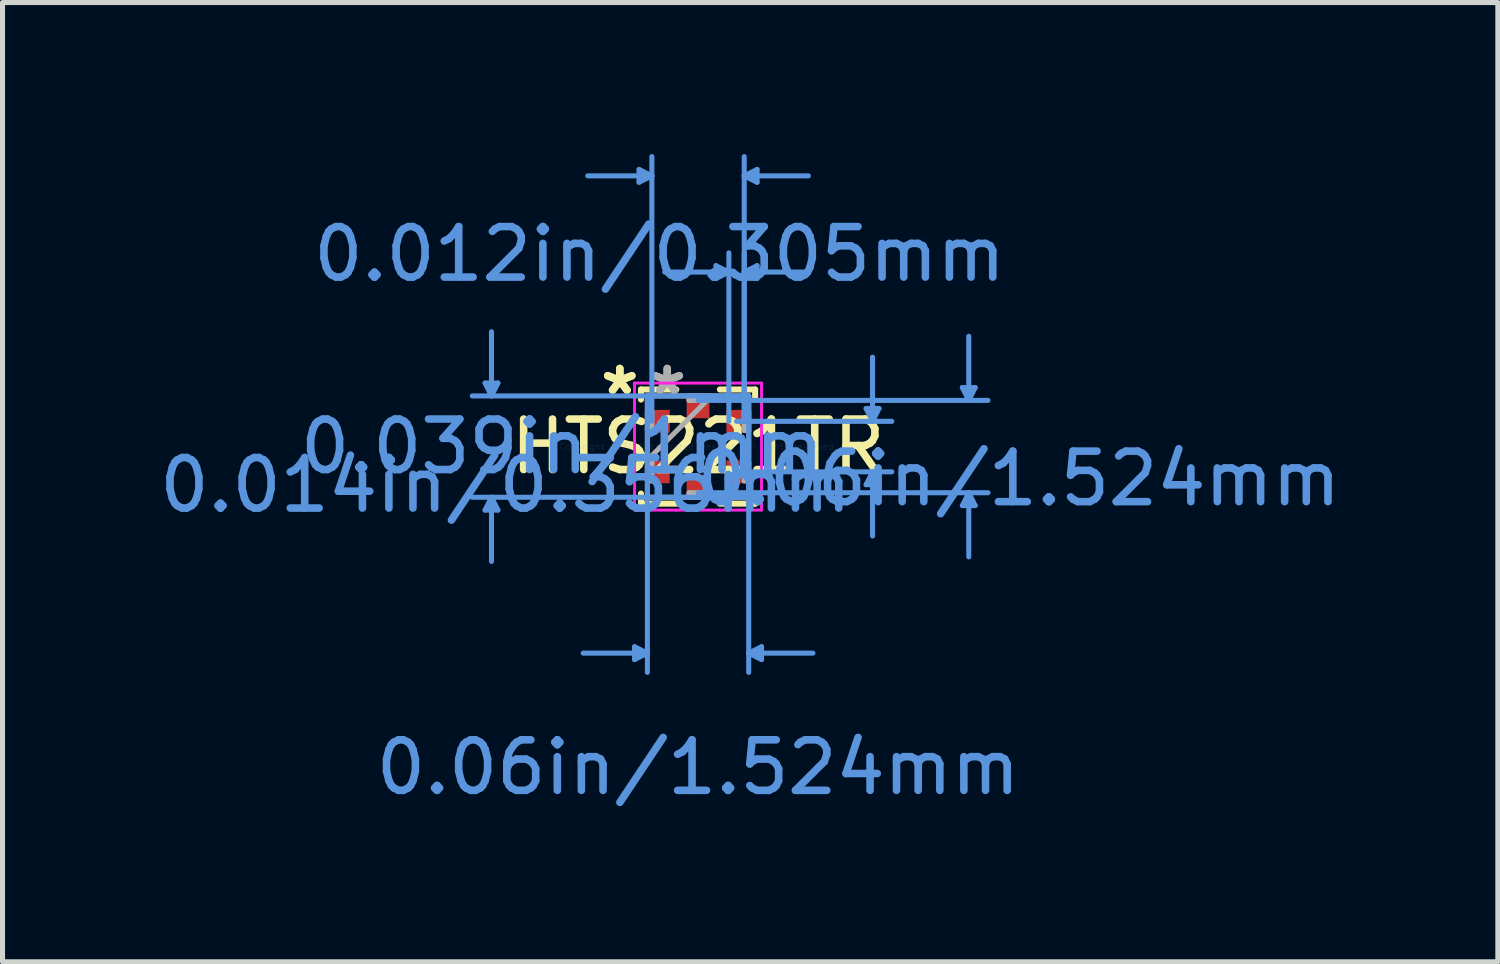
<source format=kicad_pcb>
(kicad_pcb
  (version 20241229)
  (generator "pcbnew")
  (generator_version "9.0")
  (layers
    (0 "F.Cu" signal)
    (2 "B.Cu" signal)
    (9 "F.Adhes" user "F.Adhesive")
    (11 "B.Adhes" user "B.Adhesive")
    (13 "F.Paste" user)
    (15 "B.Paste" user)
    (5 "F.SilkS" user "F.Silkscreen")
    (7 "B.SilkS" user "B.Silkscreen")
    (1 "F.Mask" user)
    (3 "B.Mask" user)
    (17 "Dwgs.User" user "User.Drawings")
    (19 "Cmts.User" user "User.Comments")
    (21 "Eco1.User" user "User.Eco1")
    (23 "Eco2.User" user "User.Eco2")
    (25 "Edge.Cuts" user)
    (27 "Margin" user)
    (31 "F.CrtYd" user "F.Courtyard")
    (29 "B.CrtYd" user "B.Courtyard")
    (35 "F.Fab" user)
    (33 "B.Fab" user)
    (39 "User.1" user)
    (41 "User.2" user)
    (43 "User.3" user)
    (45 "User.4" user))
  (footprint "HTS221TR"
    (layer "F.Cu")
    (at 10.768 5.79)
    (property "Reference" "HTS221TR" (at 0 0 0) (layer "F.SilkS") (effects (font (size 1 1) (thickness 0.15))))
    (attr through_hole)
    (fp_line (start -1.13 -1.13) (end -1.13 -0.931) (stroke (width 0.12) (type solid)) (layer "F.SilkS"))
    (fp_line (start -1.13 0.931) (end -1.13 1.13) (stroke (width 0.12) (type solid)) (layer "F.SilkS"))
    (fp_line (start -1.13 1.13) (end -0.431 1.13) (stroke (width 0.12) (type solid)) (layer "F.SilkS"))
    (fp_line (start -0.431 -1.13) (end -1.13 -1.13) (stroke (width 0.12) (type solid)) (layer "F.SilkS"))
    (fp_line (start 0.431 1.13) (end 1.13 1.13) (stroke (width 0.12) (type solid)) (layer "F.SilkS"))
    (fp_line (start 1.13 -1.13) (end 0.431 -1.13) (stroke (width 0.12) (type solid)) (layer "F.SilkS"))
    (fp_line (start 1.13 -0.931) (end 1.13 -1.13) (stroke (width 0.12) (type solid)) (layer "F.SilkS"))
    (fp_line (start 1.13 1.13) (end 1.13 0.931) (stroke (width 0.12) (type solid)) (layer "F.SilkS"))
    (fp_line (start -4.216 -1.257) (end -3.962 -1.257) (stroke (width 0.1) (type solid)) (layer "Cmts.User"))
    (fp_line (start -4.216 1.257) (end -3.962 1.257) (stroke (width 0.1) (type solid)) (layer "Cmts.User"))
    (fp_line (start -4.089 -1.003) (end -4.216 -1.257) (stroke (width 0.1) (type solid)) (layer "Cmts.User"))
    (fp_line (start -4.089 -1.003) (end -4.089 -2.273) (stroke (width 0.1) (type solid)) (layer "Cmts.User"))
    (fp_line (start -4.089 -1.003) (end -3.962 -1.257) (stroke (width 0.1) (type solid)) (layer "Cmts.User"))
    (fp_line (start -4.089 1.003) (end -4.216 1.257) (stroke (width 0.1) (type solid)) (layer "Cmts.User"))
    (fp_line (start -4.089 1.003) (end -4.089 2.273) (stroke (width 0.1) (type solid)) (layer "Cmts.User"))
    (fp_line (start -4.089 1.003) (end -3.962 1.257) (stroke (width 0.1) (type solid)) (layer "Cmts.User"))
    (fp_line (start -1.257 3.962) (end -1.257 4.216) (stroke (width 0.1) (type solid)) (layer "Cmts.User"))
    (fp_line (start -1.168 -5.486) (end -1.168 -5.232) (stroke (width 0.1) (type solid)) (layer "Cmts.User"))
    (fp_line (start -1.003 -1.003) (end -1.003 4.47) (stroke (width 0.1) (type solid)) (layer "Cmts.User"))
    (fp_line (start -1.003 4.089) (end -2.273 4.089) (stroke (width 0.1) (type solid)) (layer "Cmts.User"))
    (fp_line (start -1.003 4.089) (end -1.257 3.962) (stroke (width 0.1) (type solid)) (layer "Cmts.User"))
    (fp_line (start -1.003 4.089) (end -1.257 4.216) (stroke (width 0.1) (type solid)) (layer "Cmts.User"))
    (fp_line (start -0.914 -5.359) (end -2.184 -5.359) (stroke (width 0.1) (type solid)) (layer "Cmts.User"))
    (fp_line (start -0.914 -5.359) (end -1.168 -5.486) (stroke (width 0.1) (type solid)) (layer "Cmts.User"))
    (fp_line (start -0.914 -5.359) (end -1.168 -5.232) (stroke (width 0.1) (type solid)) (layer "Cmts.User"))
    (fp_line (start -0.914 -0.5) (end -0.914 -5.74) (stroke (width 0.1) (type solid)) (layer "Cmts.User"))
    (fp_line (start 0 -0.914) (end 5.74 -0.914) (stroke (width 0.1) (type solid)) (layer "Cmts.User"))
    (fp_line (start 0 0.914) (end 5.74 0.914) (stroke (width 0.1) (type solid)) (layer "Cmts.User"))
    (fp_line (start 0.356 -3.581) (end 0.356 -3.327) (stroke (width 0.1) (type solid)) (layer "Cmts.User"))
    (fp_line (start 0.61 -3.454) (end -0.66 -3.454) (stroke (width 0.1) (type solid)) (layer "Cmts.User"))
    (fp_line (start 0.61 -3.454) (end 0.356 -3.581) (stroke (width 0.1) (type solid)) (layer "Cmts.User"))
    (fp_line (start 0.61 -3.454) (end 0.356 -3.327) (stroke (width 0.1) (type solid)) (layer "Cmts.User"))
    (fp_line (start 0.61 -0.5) (end 0.61 -3.835) (stroke (width 0.1) (type solid)) (layer "Cmts.User"))
    (fp_line (start 0.762 -0.5) (end 3.835 -0.5) (stroke (width 0.1) (type solid)) (layer "Cmts.User"))
    (fp_line (start 0.762 0.5) (end 3.835 0.5) (stroke (width 0.1) (type solid)) (layer "Cmts.User"))
    (fp_line (start 0.914 -5.359) (end 1.168 -5.486) (stroke (width 0.1) (type solid)) (layer "Cmts.User"))
    (fp_line (start 0.914 -5.359) (end 1.168 -5.232) (stroke (width 0.1) (type solid)) (layer "Cmts.User"))
    (fp_line (start 0.914 -5.359) (end 2.184 -5.359) (stroke (width 0.1) (type solid)) (layer "Cmts.User"))
    (fp_line (start 0.914 -3.454) (end 1.168 -3.581) (stroke (width 0.1) (type solid)) (layer "Cmts.User"))
    (fp_line (start 0.914 -3.454) (end 1.168 -3.327) (stroke (width 0.1) (type solid)) (layer "Cmts.User"))
    (fp_line (start 0.914 -3.454) (end 2.184 -3.454) (stroke (width 0.1) (type solid)) (layer "Cmts.User"))
    (fp_line (start 0.914 -0.5) (end 0.914 -5.74) (stroke (width 0.1) (type solid)) (layer "Cmts.User"))
    (fp_line (start 0.914 -0.5) (end 0.914 -3.835) (stroke (width 0.1) (type solid)) (layer "Cmts.User"))
    (fp_line (start 1.003 -1.003) (end -4.47 -1.003) (stroke (width 0.1) (type solid)) (layer "Cmts.User"))
    (fp_line (start 1.003 -1.003) (end 1.003 4.47) (stroke (width 0.1) (type solid)) (layer "Cmts.User"))
    (fp_line (start 1.003 1.003) (end -4.47 1.003) (stroke (width 0.1) (type solid)) (layer "Cmts.User"))
    (fp_line (start 1.003 4.089) (end 1.257 3.962) (stroke (width 0.1) (type solid)) (layer "Cmts.User"))
    (fp_line (start 1.003 4.089) (end 1.257 4.216) (stroke (width 0.1) (type solid)) (layer "Cmts.User"))
    (fp_line (start 1.003 4.089) (end 2.273 4.089) (stroke (width 0.1) (type solid)) (layer "Cmts.User"))
    (fp_line (start 1.168 -5.486) (end 1.168 -5.232) (stroke (width 0.1) (type solid)) (layer "Cmts.User"))
    (fp_line (start 1.168 -3.581) (end 1.168 -3.327) (stroke (width 0.1) (type solid)) (layer "Cmts.User"))
    (fp_line (start 1.257 3.962) (end 1.257 4.216) (stroke (width 0.1) (type solid)) (layer "Cmts.User"))
    (fp_line (start 3.327 -0.754) (end 3.581 -0.754) (stroke (width 0.1) (type solid)) (layer "Cmts.User"))
    (fp_line (start 3.327 0.754) (end 3.581 0.754) (stroke (width 0.1) (type solid)) (layer "Cmts.User"))
    (fp_line (start 3.454 -0.5) (end 3.327 -0.754) (stroke (width 0.1) (type solid)) (layer "Cmts.User"))
    (fp_line (start 3.454 -0.5) (end 3.454 -1.77) (stroke (width 0.1) (type solid)) (layer "Cmts.User"))
    (fp_line (start 3.454 -0.5) (end 3.581 -0.754) (stroke (width 0.1) (type solid)) (layer "Cmts.User"))
    (fp_line (start 3.454 0.5) (end 3.327 0.754) (stroke (width 0.1) (type solid)) (layer "Cmts.User"))
    (fp_line (start 3.454 0.5) (end 3.454 1.77) (stroke (width 0.1) (type solid)) (layer "Cmts.User"))
    (fp_line (start 3.454 0.5) (end 3.581 0.754) (stroke (width 0.1) (type solid)) (layer "Cmts.User"))
    (fp_line (start 5.232 -1.168) (end 5.486 -1.168) (stroke (width 0.1) (type solid)) (layer "Cmts.User"))
    (fp_line (start 5.232 1.168) (end 5.486 1.168) (stroke (width 0.1) (type solid)) (layer "Cmts.User"))
    (fp_line (start 5.359 -0.914) (end 5.232 -1.168) (stroke (width 0.1) (type solid)) (layer "Cmts.User"))
    (fp_line (start 5.359 -0.914) (end 5.359 -2.184) (stroke (width 0.1) (type solid)) (layer "Cmts.User"))
    (fp_line (start 5.359 -0.914) (end 5.486 -1.168) (stroke (width 0.1) (type solid)) (layer "Cmts.User"))
    (fp_line (start 5.359 0.914) (end 5.232 1.168) (stroke (width 0.1) (type solid)) (layer "Cmts.User"))
    (fp_line (start 5.359 0.914) (end 5.359 2.184) (stroke (width 0.1) (type solid)) (layer "Cmts.User"))
    (fp_line (start 5.359 0.914) (end 5.486 1.168) (stroke (width 0.1) (type solid)) (layer "Cmts.User"))
    (fp_line (start -1.257 -1.257) (end -0.432 -1.257) (stroke (width 0.05) (type solid)) (layer "F.CrtYd"))
    (fp_line (start -1.257 -1.257) (end -0.432 -1.257) (stroke (width 0.05) (type solid)) (layer "F.CrtYd"))
    (fp_line (start -1.257 -0.932) (end -1.257 -1.257) (stroke (width 0.05) (type solid)) (layer "F.CrtYd"))
    (fp_line (start -1.257 -0.932) (end -1.257 -1.257) (stroke (width 0.05) (type solid)) (layer "F.CrtYd"))
    (fp_line (start -1.257 -0.932) (end -1.257 -0.932) (stroke (width 0.05) (type solid)) (layer "F.CrtYd"))
    (fp_line (start -1.257 -0.932) (end -1.257 -0.932) (stroke (width 0.05) (type solid)) (layer "F.CrtYd"))
    (fp_line (start -1.257 0.932) (end -1.257 -0.932) (stroke (width 0.05) (type solid)) (layer "F.CrtYd"))
    (fp_line (start -1.257 0.932) (end -1.257 -0.932) (stroke (width 0.05) (type solid)) (layer "F.CrtYd"))
    (fp_line (start -1.257 0.932) (end -1.257 0.932) (stroke (width 0.05) (type solid)) (layer "F.CrtYd"))
    (fp_line (start -1.257 0.932) (end -1.257 0.932) (stroke (width 0.05) (type solid)) (layer "F.CrtYd"))
    (fp_line (start -1.257 1.257) (end -1.257 0.932) (stroke (width 0.05) (type solid)) (layer "F.CrtYd"))
    (fp_line (start -1.257 1.257) (end -1.257 0.932) (stroke (width 0.05) (type solid)) (layer "F.CrtYd"))
    (fp_line (start -0.432 -1.257) (end -0.432 -1.257) (stroke (width 0.05) (type solid)) (layer "F.CrtYd"))
    (fp_line (start -0.432 -1.257) (end -0.432 -1.257) (stroke (width 0.05) (type solid)) (layer "F.CrtYd"))
    (fp_line (start -0.432 -1.257) (end 0.432 -1.257) (stroke (width 0.05) (type solid)) (layer "F.CrtYd"))
    (fp_line (start -0.432 -1.257) (end 0.432 -1.257) (stroke (width 0.05) (type solid)) (layer "F.CrtYd"))
    (fp_line (start -0.432 1.257) (end -1.257 1.257) (stroke (width 0.05) (type solid)) (layer "F.CrtYd"))
    (fp_line (start -0.432 1.257) (end -1.257 1.257) (stroke (width 0.05) (type solid)) (layer "F.CrtYd"))
    (fp_line (start -0.432 1.257) (end -0.432 1.257) (stroke (width 0.05) (type solid)) (layer "F.CrtYd"))
    (fp_line (start -0.432 1.257) (end -0.432 1.257) (stroke (width 0.05) (type solid)) (layer "F.CrtYd"))
    (fp_line (start 0.432 -1.257) (end 0.432 -1.257) (stroke (width 0.05) (type solid)) (layer "F.CrtYd"))
    (fp_line (start 0.432 -1.257) (end 0.432 -1.257) (stroke (width 0.05) (type solid)) (layer "F.CrtYd"))
    (fp_line (start 0.432 -1.257) (end 1.257 -1.257) (stroke (width 0.05) (type solid)) (layer "F.CrtYd"))
    (fp_line (start 0.432 -1.257) (end 1.257 -1.257) (stroke (width 0.05) (type solid)) (layer "F.CrtYd"))
    (fp_line (start 0.432 1.257) (end -0.432 1.257) (stroke (width 0.05) (type solid)) (layer "F.CrtYd"))
    (fp_line (start 0.432 1.257) (end -0.432 1.257) (stroke (width 0.05) (type solid)) (layer "F.CrtYd"))
    (fp_line (start 0.432 1.257) (end 0.432 1.257) (stroke (width 0.05) (type solid)) (layer "F.CrtYd"))
    (fp_line (start 0.432 1.257) (end 0.432 1.257) (stroke (width 0.05) (type solid)) (layer "F.CrtYd"))
    (fp_line (start 1.257 -1.257) (end 1.257 -0.932) (stroke (width 0.05) (type solid)) (layer "F.CrtYd"))
    (fp_line (start 1.257 -1.257) (end 1.257 -0.932) (stroke (width 0.05) (type solid)) (layer "F.CrtYd"))
    (fp_line (start 1.257 -0.932) (end 1.257 -0.932) (stroke (width 0.05) (type solid)) (layer "F.CrtYd"))
    (fp_line (start 1.257 -0.932) (end 1.257 -0.932) (stroke (width 0.05) (type solid)) (layer "F.CrtYd"))
    (fp_line (start 1.257 -0.932) (end 1.257 0.932) (stroke (width 0.05) (type solid)) (layer "F.CrtYd"))
    (fp_line (start 1.257 -0.932) (end 1.257 0.932) (stroke (width 0.05) (type solid)) (layer "F.CrtYd"))
    (fp_line (start 1.257 0.932) (end 1.257 0.932) (stroke (width 0.05) (type solid)) (layer "F.CrtYd"))
    (fp_line (start 1.257 0.932) (end 1.257 0.932) (stroke (width 0.05) (type solid)) (layer "F.CrtYd"))
    (fp_line (start 1.257 0.932) (end 1.257 1.257) (stroke (width 0.05) (type solid)) (layer "F.CrtYd"))
    (fp_line (start 1.257 0.932) (end 1.257 1.257) (stroke (width 0.05) (type solid)) (layer "F.CrtYd"))
    (fp_line (start 1.257 1.257) (end 0.432 1.257) (stroke (width 0.05) (type solid)) (layer "F.CrtYd"))
    (fp_line (start 1.257 1.257) (end 0.432 1.257) (stroke (width 0.05) (type solid)) (layer "F.CrtYd"))
    (fp_line (start -1.003 -1.003) (end -1.003 -1.003) (stroke (width 0.1) (type solid)) (layer "F.Fab"))
    (fp_line (start -1.003 -1.003) (end -1.003 1.003) (stroke (width 0.1) (type solid)) (layer "F.Fab"))
    (fp_line (start -1.003 -0.678) (end -0.914 -0.678) (stroke (width 0.1) (type solid)) (layer "F.Fab"))
    (fp_line (start -1.003 -0.322) (end -1.003 -0.678) (stroke (width 0.1) (type solid)) (layer "F.Fab"))
    (fp_line (start -1.003 0.267) (end 0.267 -1.003) (stroke (width 0.1) (type solid)) (layer "F.Fab"))
    (fp_line (start -1.003 0.322) (end -0.914 0.322) (stroke (width 0.1) (type solid)) (layer "F.Fab"))
    (fp_line (start -1.003 0.678) (end -1.003 0.322) (stroke (width 0.1) (type solid)) (layer "F.Fab"))
    (fp_line (start -1.003 1.003) (end -1.003 1.003) (stroke (width 0.1) (type solid)) (layer "F.Fab"))
    (fp_line (start -1.003 1.003) (end 1.003 1.003) (stroke (width 0.1) (type solid)) (layer "F.Fab"))
    (fp_line (start -0.914 -0.678) (end -0.914 -0.322) (stroke (width 0.1) (type solid)) (layer "F.Fab"))
    (fp_line (start -0.914 -0.322) (end -1.003 -0.322) (stroke (width 0.1) (type solid)) (layer "F.Fab"))
    (fp_line (start -0.914 0.322) (end -0.914 0.678) (stroke (width 0.1) (type solid)) (layer "F.Fab"))
    (fp_line (start -0.914 0.678) (end -1.003 0.678) (stroke (width 0.1) (type solid)) (layer "F.Fab"))
    (fp_line (start -0.178 -1.003) (end 0.178 -1.003) (stroke (width 0.1) (type solid)) (layer "F.Fab"))
    (fp_line (start -0.178 -0.914) (end -0.178 -1.003) (stroke (width 0.1) (type solid)) (layer "F.Fab"))
    (fp_line (start -0.178 0.914) (end 0.178 0.914) (stroke (width 0.1) (type solid)) (layer "F.Fab"))
    (fp_line (start -0.178 1.003) (end -0.178 0.914) (stroke (width 0.1) (type solid)) (layer "F.Fab"))
    (fp_line (start 0.178 -1.003) (end 0.178 -0.914) (stroke (width 0.1) (type solid)) (layer "F.Fab"))
    (fp_line (start 0.178 -0.914) (end -0.178 -0.914) (stroke (width 0.1) (type solid)) (layer "F.Fab"))
    (fp_line (start 0.178 0.914) (end 0.178 1.003) (stroke (width 0.1) (type solid)) (layer "F.Fab"))
    (fp_line (start 0.178 1.003) (end -0.178 1.003) (stroke (width 0.1) (type solid)) (layer "F.Fab"))
    (fp_line (start 0.914 -0.678) (end 1.003 -0.678) (stroke (width 0.1) (type solid)) (layer "F.Fab"))
    (fp_line (start 0.914 -0.322) (end 0.914 -0.678) (stroke (width 0.1) (type solid)) (layer "F.Fab"))
    (fp_line (start 0.914 0.322) (end 1.003 0.322) (stroke (width 0.1) (type solid)) (layer "F.Fab"))
    (fp_line (start 0.914 0.678) (end 0.914 0.322) (stroke (width 0.1) (type solid)) (layer "F.Fab"))
    (fp_line (start 1.003 -1.003) (end -1.003 -1.003) (stroke (width 0.1) (type solid)) (layer "F.Fab"))
    (fp_line (start 1.003 -1.003) (end 1.003 -1.003) (stroke (width 0.1) (type solid)) (layer "F.Fab"))
    (fp_line (start 1.003 -0.678) (end 1.003 -0.322) (stroke (width 0.1) (type solid)) (layer "F.Fab"))
    (fp_line (start 1.003 -0.322) (end 0.914 -0.322) (stroke (width 0.1) (type solid)) (layer "F.Fab"))
    (fp_line (start 1.003 0.322) (end 1.003 0.678) (stroke (width 0.1) (type solid)) (layer "F.Fab"))
    (fp_line (start 1.003 0.678) (end 0.914 0.678) (stroke (width 0.1) (type solid)) (layer "F.Fab"))
    (fp_line (start 1.003 1.003) (end 1.003 -1.003) (stroke (width 0.1) (type solid)) (layer "F.Fab"))
    (fp_line (start 1.003 1.003) (end 1.003 1.003) (stroke (width 0.1) (type solid)) (layer "F.Fab"))
    (fp_text user "*" (at -1.549 -1 0) (layer "F.SilkS") (effects (font (size 1 1) (thickness 0.15))))
    (fp_text user "*" (at -1.549 -1 0) (layer "F.SilkS") (effects (font (size 1 1) (thickness 0.15))))
    (fp_text user "0.012in/0.305mm" (at -0.762 -3.81 0) (layer "Cmts.User") (effects (font (size 1 1) (thickness 0.15))))
    (fp_text user "0.039in/1mm" (at -2.692 0 0) (layer "Cmts.User") (effects (font (size 1 1) (thickness 0.15))))
    (fp_text user "0.014in/0.356mm" (at -3.81 0.762 0) (layer "Cmts.User") (effects (font (size 1 1) (thickness 0.15))))
    (fp_text user "0.06in/1.524mm" (at 6.35 0.635 0) (layer "Cmts.User") (effects (font (size 1 1) (thickness 0.15))))
    (fp_text user "Copyright 2021 Accelerated Designs. All rights reserved." (at 0 0 0) (layer "Cmts.User") (effects (font (size 0.127 0.127) (thickness 0.002))))
    (fp_text user "0.06in/1.524mm" (at 0 6.35 0) (layer "Cmts.User") (effects (font (size 1 1) (thickness 0.15))))
    (fp_text user "*" (at -0.61 -1 0) (layer "F.Fab") (effects (font (size 1 1) (thickness 0.15))))
    (fp_text user "*" (at -0.61 -1 0) (layer "F.Fab") (effects (font (size 1 1) (thickness 0.15))))
    (pad "1" smd rect (at -0.762 -0.5 90) (size 0.452 0.402) (layers "F.Cu" "F.Mask" "F.Paste"))
    (pad "2" smd rect (at -0.762 0.5 90) (size 0.452 0.402) (layers "F.Cu" "F.Mask" "F.Paste"))
    (pad "3" smd rect (at 0 0.762) (size 0.452 0.402) (layers "F.Cu" "F.Mask" "F.Paste"))
    (pad "4" smd rect (at 0.762 0.5 90) (size 0.452 0.402) (layers "F.Cu" "F.Mask" "F.Paste"))
    (pad "5" smd rect (at 0.762 -0.5 90) (size 0.452 0.402) (layers "F.Cu" "F.Mask" "F.Paste"))
    (pad "6" smd rect (at 0 -0.762) (size 0.452 0.402) (layers "F.Cu" "F.Mask" "F.Paste")))
  (gr_rect
    (start -3 -3)
    (end 26.6 15.989)
    (stroke (width 0.1) (type default))
    (fill no)
    (layer "Edge.Cuts")))
</source>
